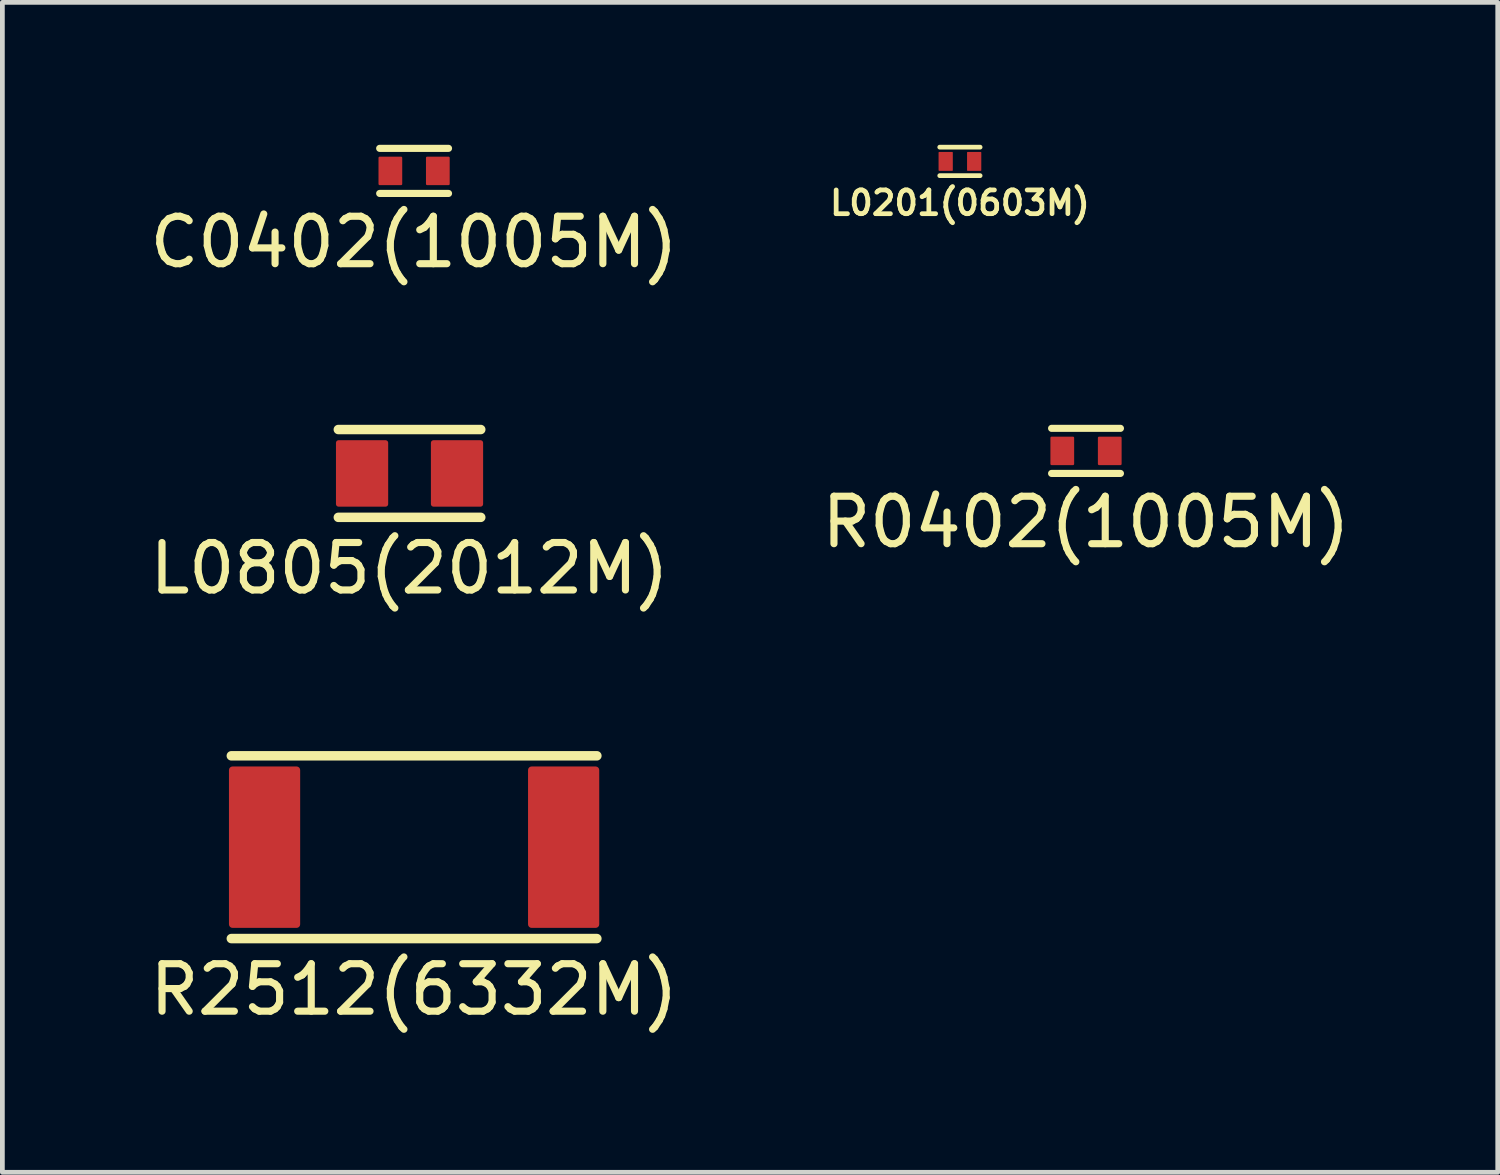
<source format=kicad_pcb>
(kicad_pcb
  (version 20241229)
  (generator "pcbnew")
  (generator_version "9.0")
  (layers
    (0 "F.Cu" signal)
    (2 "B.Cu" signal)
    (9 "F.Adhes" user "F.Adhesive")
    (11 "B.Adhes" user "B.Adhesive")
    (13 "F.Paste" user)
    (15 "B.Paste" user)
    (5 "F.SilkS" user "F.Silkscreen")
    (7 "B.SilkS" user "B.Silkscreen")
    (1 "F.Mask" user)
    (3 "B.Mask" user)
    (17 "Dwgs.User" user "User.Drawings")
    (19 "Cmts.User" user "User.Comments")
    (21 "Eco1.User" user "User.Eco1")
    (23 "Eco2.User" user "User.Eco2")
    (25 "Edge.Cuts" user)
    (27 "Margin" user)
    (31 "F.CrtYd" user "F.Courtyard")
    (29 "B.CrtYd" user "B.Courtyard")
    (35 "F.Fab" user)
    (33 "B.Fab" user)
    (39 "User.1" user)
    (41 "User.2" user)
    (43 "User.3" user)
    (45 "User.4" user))
  (footprint "C0402(1005M)"
    (layer "F.Cu")
    (at 5.673 0.55)
    (property "Reference" "C0402(1005M)" (at 0 1.5 0) (layer "F.SilkS") (effects (font (size 1 1) (thickness 0.15))))
    (attr smd)
    (fp_line (start -0.725 -0.475) (end 0.725 -0.475) (stroke (width 0.15) (type solid)) (layer "F.SilkS"))
    (fp_line (start -0.725 0.475) (end 0.725 0.475) (stroke (width 0.15) (type solid)) (layer "F.SilkS"))
    (pad "1" smd roundrect (at -0.5 0) (size 0.5 0.6) (layers "F.Cu" "F.Mask" "F.Paste") (roundrect_rratio 0.05))
    (pad "2" smd roundrect (at 0.5 0) (size 0.5 0.6) (layers "F.Cu" "F.Mask" "F.Paste") (roundrect_rratio 0.05)))
  (footprint "L0805(2012M)"
    (layer "F.Cu")
    (at 5.577 6.923)
    (property "Reference" "L0805(2012M)" (at 0 2 0) (layer "F.SilkS") (effects (font (size 1 1) (thickness 0.15))))
    (attr smd)
    (fp_line (start -1.5 -0.925) (end 1.5 -0.925) (stroke (width 0.2) (type solid)) (layer "F.SilkS"))
    (fp_line (start -1.5 0.925) (end 1.5 0.925) (stroke (width 0.2) (type solid)) (layer "F.SilkS"))
    (pad "1" smd roundrect (at -1 0) (size 1.1 1.4) (layers "F.Cu" "F.Mask" "F.Paste") (roundrect_rratio 0.05))
    (pad "2" smd roundrect (at 1 0) (size 1.1 1.4) (layers "F.Cu" "F.Mask" "F.Paste") (roundrect_rratio 0.05)))
  (footprint "L0201(0603M)"
    (layer "F.Cu")
    (at 17.171 0.35)
    (property "Reference" "L0201(0603M)" (at 0 0.875 0) (layer "F.SilkS") (effects (font (size 0.5 0.5) (thickness 0.1))))
    (attr smd)
    (fp_line (start -0.425 -0.3) (end 0.425 -0.3) (stroke (width 0.1) (type solid)) (layer "F.SilkS"))
    (fp_line (start -0.425 0.3) (end 0.425 0.3) (stroke (width 0.1) (type solid)) (layer "F.SilkS"))
    (pad "1" smd roundrect (at -0.3 0 90) (size 0.4 0.3) (layers "F.Cu" "F.Mask" "F.Paste") (roundrect_rratio 0.05))
    (pad "2" smd roundrect (at 0.3 0 90) (size 0.4 0.3) (layers "F.Cu" "F.Mask" "F.Paste") (roundrect_rratio 0.05)))
  (footprint "R2512(6332M)"
    (layer "F.Cu")
    (at 5.673 14.796)
    (property "Reference" "R2512(6332M)" (at 0 3 0) (layer "F.SilkS") (effects (font (size 1 1) (thickness 0.15))))
    (attr smd)
    (fp_line (start -3.85 -1.925) (end 3.85 -1.925) (stroke (width 0.2) (type solid)) (layer "F.SilkS"))
    (fp_line (start -3.85 1.925) (end 3.85 1.925) (stroke (width 0.2) (type solid)) (layer "F.SilkS"))
    (pad "1" smd roundrect (at -3.15 0 90) (size 3.4 1.5) (layers "F.Cu" "F.Mask" "F.Paste") (roundrect_rratio 0.05))
    (pad "2" smd roundrect (at 3.15 0 90) (size 3.4 1.5) (layers "F.Cu" "F.Mask" "F.Paste") (roundrect_rratio 0.05)))
  (footprint "R0402(1005M)"
    (layer "F.Cu")
    (at 19.827 6.448)
    (property "Reference" "R0402(1005M)" (at 0 1.5 0) (layer "F.SilkS") (effects (font (size 1 1) (thickness 0.15))))
    (attr smd)
    (fp_line (start -0.725 -0.475) (end 0.725 -0.475) (stroke (width 0.15) (type solid)) (layer "F.SilkS"))
    (fp_line (start -0.725 0.475) (end 0.725 0.475) (stroke (width 0.15) (type solid)) (layer "F.SilkS"))
    (pad "1" smd roundrect (at -0.5 0) (size 0.5 0.6) (layers "F.Cu" "F.Mask" "F.Paste") (roundrect_rratio 0.05))
    (pad "2" smd roundrect (at 0.5 0) (size 0.5 0.6) (layers "F.Cu" "F.Mask" "F.Paste") (roundrect_rratio 0.05)))
  (gr_rect
    (start -3 -3)
    (end 28.5 21.645)
    (stroke (width 0.1) (type default))
    (fill no)
    (layer "Edge.Cuts")))
</source>
